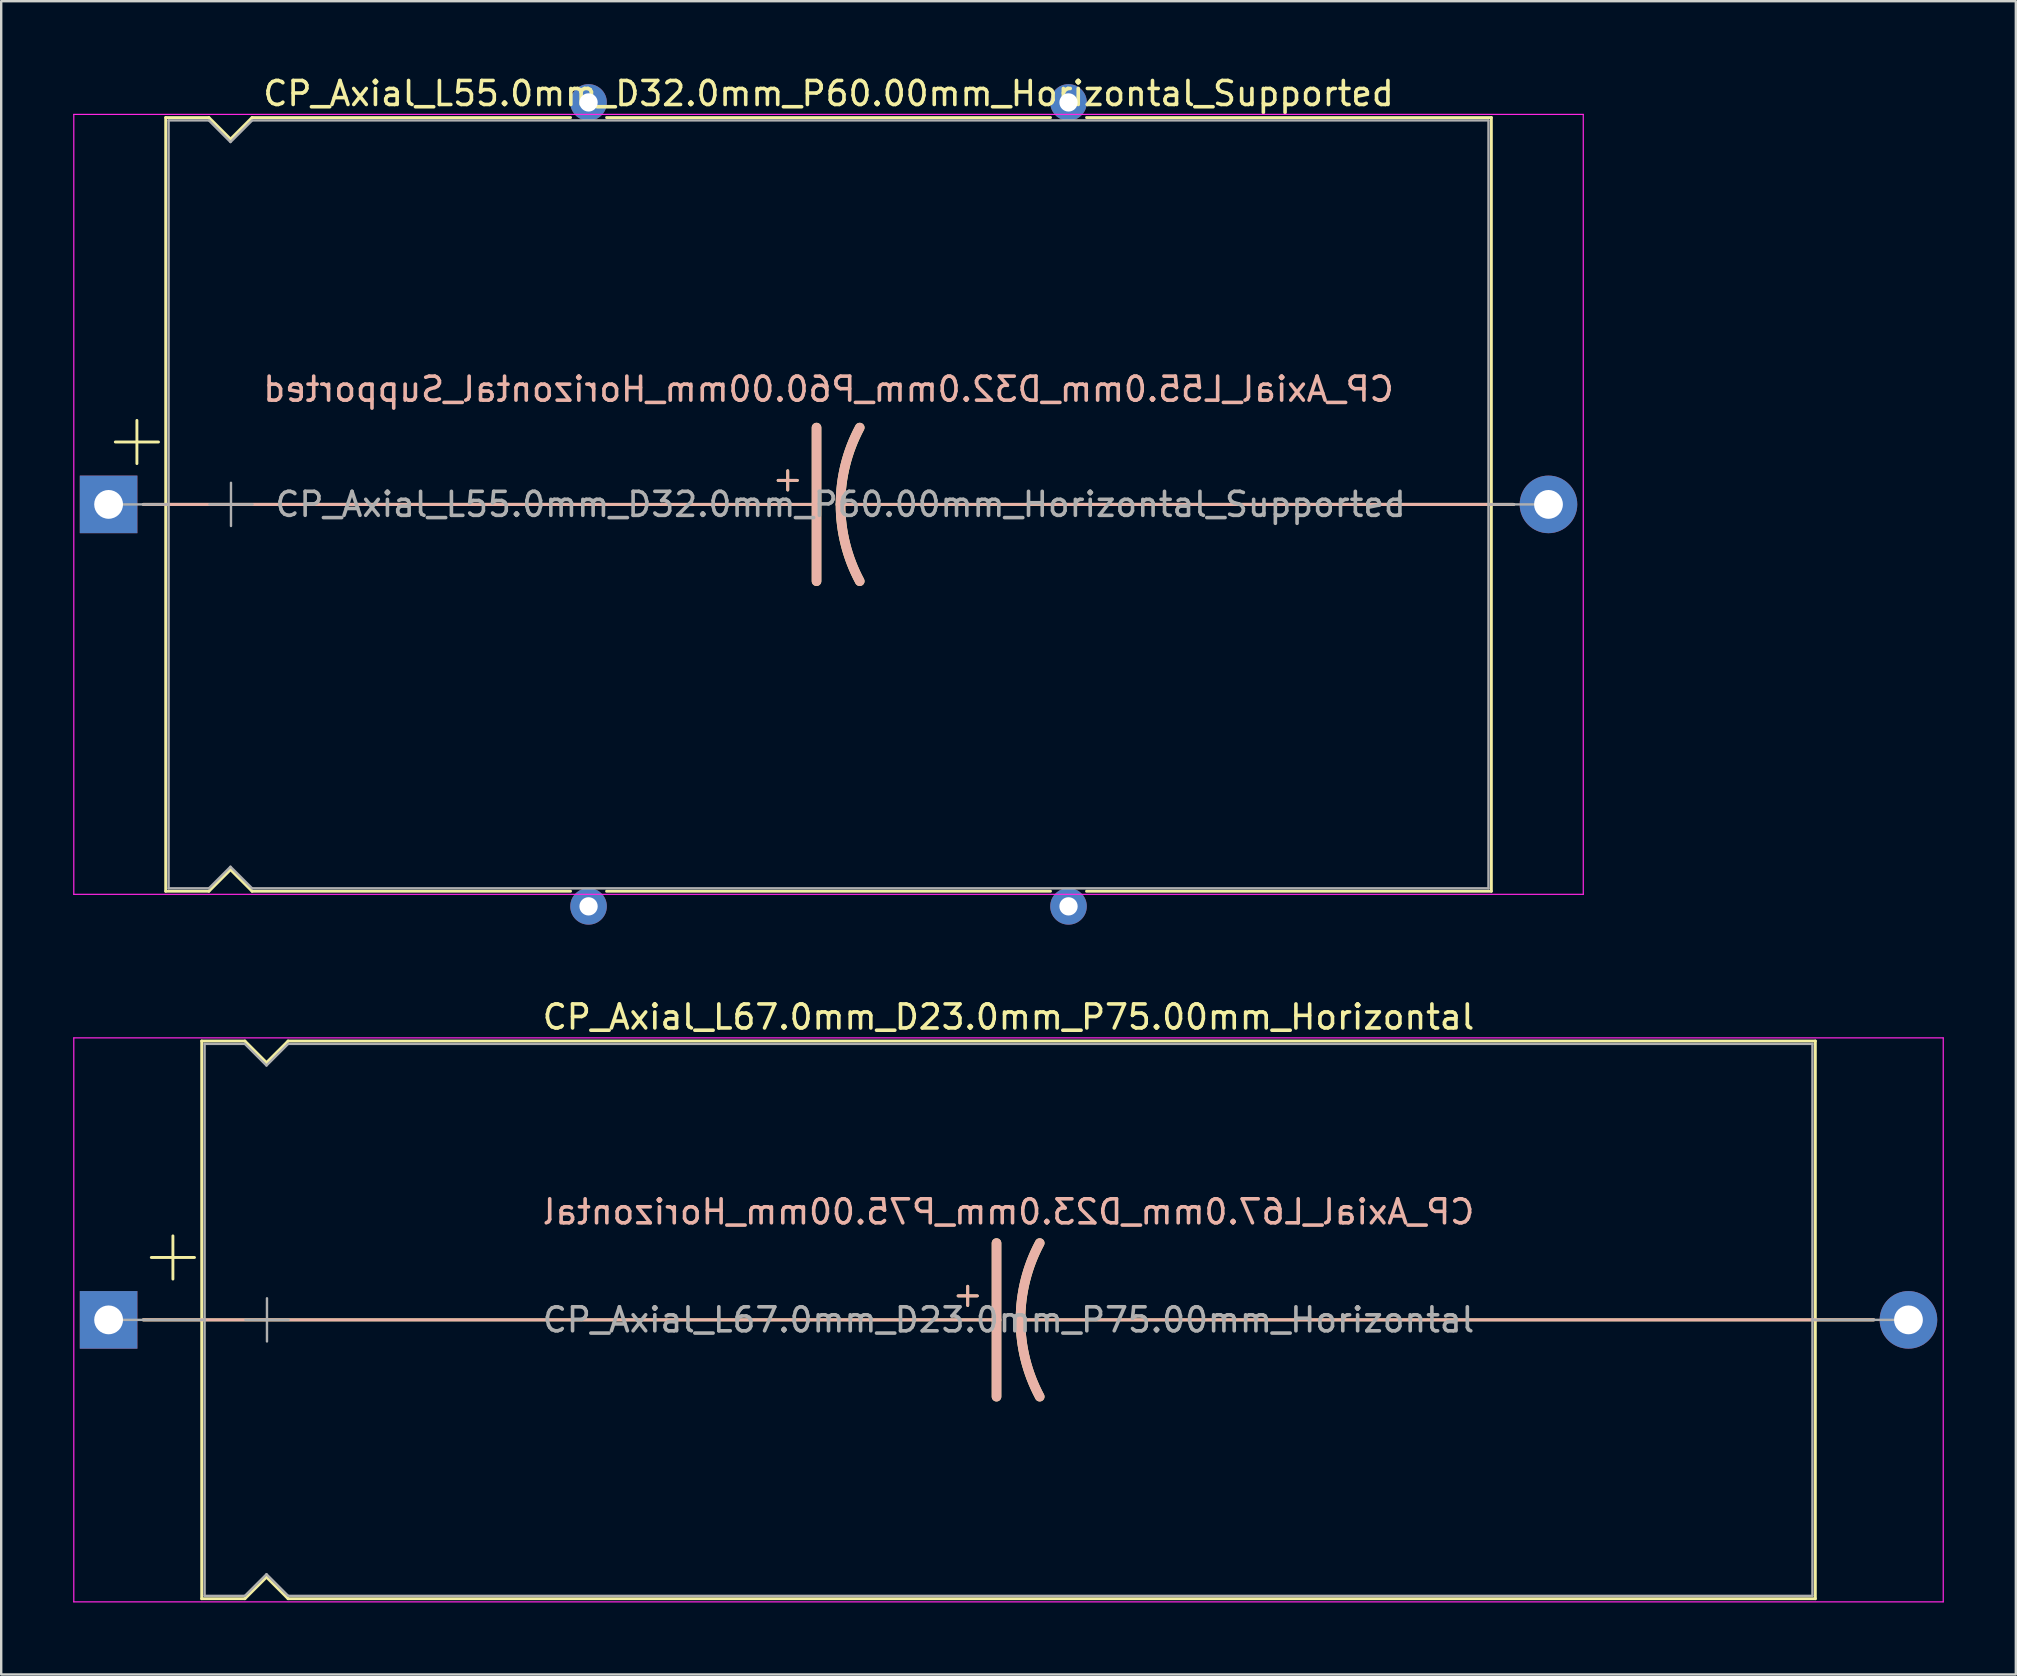
<source format=kicad_pcb>
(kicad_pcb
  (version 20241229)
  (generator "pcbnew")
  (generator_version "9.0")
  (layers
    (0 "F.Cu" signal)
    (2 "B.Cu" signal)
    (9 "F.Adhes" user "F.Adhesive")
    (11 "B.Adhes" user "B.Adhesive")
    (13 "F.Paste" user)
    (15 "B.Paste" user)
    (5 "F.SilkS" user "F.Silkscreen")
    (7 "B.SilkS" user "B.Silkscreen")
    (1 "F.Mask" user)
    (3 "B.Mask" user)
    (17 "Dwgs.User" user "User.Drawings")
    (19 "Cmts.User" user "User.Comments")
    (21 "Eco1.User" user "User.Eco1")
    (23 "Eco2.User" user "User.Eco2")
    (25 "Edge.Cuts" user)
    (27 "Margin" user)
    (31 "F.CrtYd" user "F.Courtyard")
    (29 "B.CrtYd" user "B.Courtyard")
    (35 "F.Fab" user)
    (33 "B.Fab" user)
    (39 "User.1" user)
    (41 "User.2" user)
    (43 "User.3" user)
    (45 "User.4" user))
  (footprint "CP_Axial_L67.0mm_D23.0mm_P75.00mm_Horizontal"
    (layer "F.Cu")
    (at 1.475 51.949)
    (property "Reference" "CP_Axial_L67.0mm_D23.0mm_P75.00mm_Horizontal" (at 37.5 -12.62 0) (layer "F.SilkS") (effects (font (size 1 1) (thickness 0.15))))
    (fp_line (start 1.44 0) (end 3.88 0) (stroke (width 0.12) (type solid)) (layer "F.SilkS"))
    (fp_line (start 1.78 -2.6) (end 3.58 -2.6) (stroke (width 0.12) (type solid)) (layer "F.SilkS"))
    (fp_line (start 2.68 -3.5) (end 2.68 -1.7) (stroke (width 0.12) (type solid)) (layer "F.SilkS"))
    (fp_line (start 3.88 -11.62) (end 3.88 11.62) (stroke (width 0.12) (type solid)) (layer "F.SilkS"))
    (fp_line (start 3.88 -11.62) (end 5.68 -11.62) (stroke (width 0.12) (type solid)) (layer "F.SilkS"))
    (fp_line (start 3.88 0) (end 37 0) (stroke (width 0.12) (type solid)) (layer "F.SilkS"))
    (fp_line (start 3.88 11.62) (end 5.68 11.62) (stroke (width 0.12) (type solid)) (layer "F.SilkS"))
    (fp_line (start 5.68 -11.62) (end 6.58 -10.72) (stroke (width 0.12) (type solid)) (layer "F.SilkS"))
    (fp_line (start 5.68 11.62) (end 6.58 10.72) (stroke (width 0.12) (type solid)) (layer "F.SilkS"))
    (fp_line (start 6.58 -10.72) (end 7.48 -11.62) (stroke (width 0.12) (type solid)) (layer "F.SilkS"))
    (fp_line (start 6.58 10.72) (end 7.48 11.62) (stroke (width 0.12) (type solid)) (layer "F.SilkS"))
    (fp_line (start 7.48 -11.62) (end 71.12 -11.62) (stroke (width 0.12) (type solid)) (layer "F.SilkS"))
    (fp_line (start 7.48 11.62) (end 71.12 11.62) (stroke (width 0.12) (type solid)) (layer "F.SilkS"))
    (fp_line (start 35.4 -1) (end 36.2 -1) (stroke (width 0.12) (type solid)) (layer "F.SilkS"))
    (fp_line (start 35.8 -1.4) (end 35.8 -0.6) (stroke (width 0.12) (type solid)) (layer "F.SilkS"))
    (fp_line (start 37 0) (end 37 -3.2) (stroke (width 0.4) (type solid)) (layer "F.SilkS"))
    (fp_line (start 37 0) (end 37 3.2) (stroke (width 0.4) (type solid)) (layer "F.SilkS"))
    (fp_line (start 71.12 -11.62) (end 71.12 11.62) (stroke (width 0.12) (type solid)) (layer "F.SilkS"))
    (fp_line (start 71.12 0) (end 38 0) (stroke (width 0.12) (type solid)) (layer "F.SilkS"))
    (fp_line (start 73.56 0) (end 71.12 0) (stroke (width 0.12) (type solid)) (layer "F.SilkS"))
    (fp_arc (start 38 0) (mid 38.203545 -1.649114) (end 38.8 -3.2) (stroke (width 0.4) (type solid)) (layer "F.SilkS"))
    (fp_arc (start 38.8 3.2) (mid 38.200704 1.649824) (end 38 0) (stroke (width 0.4) (type solid)) (layer "F.SilkS"))
    (fp_line (start 1.44 0) (end 3.88 0) (stroke (width 0.12) (type solid)) (layer "B.SilkS"))
    (fp_line (start 3.88 0) (end 37 0) (stroke (width 0.12) (type solid)) (layer "B.SilkS"))
    (fp_line (start 35.4 -1) (end 36.2 -1) (stroke (width 0.12) (type solid)) (layer "B.SilkS"))
    (fp_line (start 35.8 -0.6) (end 35.8 -1.4) (stroke (width 0.12) (type solid)) (layer "B.SilkS"))
    (fp_line (start 37 0) (end 37 -3.2) (stroke (width 0.4) (type solid)) (layer "B.SilkS"))
    (fp_line (start 37 0) (end 37 3.2) (stroke (width 0.4) (type solid)) (layer "B.SilkS"))
    (fp_line (start 71.12 0) (end 38 0) (stroke (width 0.12) (type solid)) (layer "B.SilkS"))
    (fp_line (start 73.56 0) (end 71.12 0) (stroke (width 0.12) (type solid)) (layer "B.SilkS"))
    (fp_arc (start 38 0) (mid 38.200703 -1.649824) (end 38.8 -3.2) (stroke (width 0.4) (type solid)) (layer "B.SilkS"))
    (fp_arc (start 38.8 3.2) (mid 38.203544 1.649114) (end 38 0) (stroke (width 0.4) (type solid)) (layer "B.SilkS"))
    (fp_line (start -1.45 -11.75) (end -1.45 11.75) (stroke (width 0.05) (type solid)) (layer "F.CrtYd"))
    (fp_line (start -1.45 11.75) (end 76.45 11.75) (stroke (width 0.05) (type solid)) (layer "F.CrtYd"))
    (fp_line (start 76.45 -11.75) (end -1.45 -11.75) (stroke (width 0.05) (type solid)) (layer "F.CrtYd"))
    (fp_line (start 76.45 11.75) (end 76.45 -11.75) (stroke (width 0.05) (type solid)) (layer "F.CrtYd"))
    (fp_line (start 0 0) (end 4 0) (stroke (width 0.1) (type solid)) (layer "F.Fab"))
    (fp_line (start 4 -11.5) (end 4 11.5) (stroke (width 0.1) (type solid)) (layer "F.Fab"))
    (fp_line (start 4 -11.5) (end 5.68 -11.5) (stroke (width 0.1) (type solid)) (layer "F.Fab"))
    (fp_line (start 4 11.5) (end 5.68 11.5) (stroke (width 0.1) (type solid)) (layer "F.Fab"))
    (fp_line (start 5.68 -11.5) (end 6.58 -10.6) (stroke (width 0.1) (type solid)) (layer "F.Fab"))
    (fp_line (start 5.68 11.5) (end 6.58 10.6) (stroke (width 0.1) (type solid)) (layer "F.Fab"))
    (fp_line (start 5.7 0) (end 7.5 0) (stroke (width 0.1) (type solid)) (layer "F.Fab"))
    (fp_line (start 6.58 -10.6) (end 7.48 -11.5) (stroke (width 0.1) (type solid)) (layer "F.Fab"))
    (fp_line (start 6.58 10.6) (end 7.48 11.5) (stroke (width 0.1) (type solid)) (layer "F.Fab"))
    (fp_line (start 6.6 -0.9) (end 6.6 0.9) (stroke (width 0.1) (type solid)) (layer "F.Fab"))
    (fp_line (start 7.48 -11.5) (end 71 -11.5) (stroke (width 0.1) (type solid)) (layer "F.Fab"))
    (fp_line (start 7.48 11.5) (end 71 11.5) (stroke (width 0.1) (type solid)) (layer "F.Fab"))
    (fp_line (start 71 -11.5) (end 71 11.5) (stroke (width 0.1) (type solid)) (layer "F.Fab"))
    (fp_line (start 75 0) (end 71 0) (stroke (width 0.1) (type solid)) (layer "F.Fab"))
    (fp_text user "${REFERENCE}" (at 37.5 -4.5 0) (layer "B.SilkS") (effects (font (size 1 1) (thickness 0.15)) (justify mirror)))
    (fp_text user "${REFERENCE}" (at 37.5 0 0) (layer "F.Fab") (effects (font (size 1 1) (thickness 0.15))))
    (pad "1" thru_hole rect (at 0 0) (size 2.4 2.4) (drill 1.2) (layers "*.Cu" "*.Mask"))
    (pad "2" thru_hole oval (at 75 0) (size 2.4 2.4) (drill 1.2) (layers "*.Cu" "*.Mask")))
  (footprint "CP_Axial_L55.0mm_D32.0mm_P60.00mm_Horizontal_Supported"
    (layer "F.Cu")
    (at 1.475 17.968)
    (property "Reference" "CP_Axial_L55.0mm_D32.0mm_P60.00mm_Horizontal_Supported" (at 30 -17.12 0) (layer "F.SilkS") (effects (font (size 1 1) (thickness 0.15))))
    (fp_line (start 0.28 -2.6) (end 2.08 -2.6) (stroke (width 0.12) (type solid)) (layer "F.SilkS"))
    (fp_line (start 1.18 -3.5) (end 1.18 -1.7) (stroke (width 0.12) (type solid)) (layer "F.SilkS"))
    (fp_line (start 1.44 0) (end 2.38 0) (stroke (width 0.12) (type solid)) (layer "F.SilkS"))
    (fp_line (start 2.38 -16.12) (end 2.38 16.12) (stroke (width 0.12) (type solid)) (layer "F.SilkS"))
    (fp_line (start 2.38 -16.12) (end 4.18 -16.12) (stroke (width 0.12) (type solid)) (layer "F.SilkS"))
    (fp_line (start 2.38 0) (end 29.5 0) (stroke (width 0.12) (type solid)) (layer "F.SilkS"))
    (fp_line (start 2.38 16.12) (end 4.18 16.12) (stroke (width 0.12) (type solid)) (layer "F.SilkS"))
    (fp_line (start 4.18 -16.12) (end 5.08 -15.22) (stroke (width 0.12) (type solid)) (layer "F.SilkS"))
    (fp_line (start 4.18 16.12) (end 5.08 15.22) (stroke (width 0.12) (type solid)) (layer "F.SilkS"))
    (fp_line (start 5.08 -15.22) (end 5.98 -16.12) (stroke (width 0.12) (type solid)) (layer "F.SilkS"))
    (fp_line (start 5.08 15.22) (end 5.98 16.12) (stroke (width 0.12) (type solid)) (layer "F.SilkS"))
    (fp_line (start 5.98 -16.12) (end 19.25 -16.12) (stroke (width 0.12) (type solid)) (layer "F.SilkS"))
    (fp_line (start 5.98 16.12) (end 19.25 16.12) (stroke (width 0.12) (type solid)) (layer "F.SilkS"))
    (fp_line (start 20.75 -16.12) (end 39.25 -16.12) (stroke (width 0.12) (type solid)) (layer "F.SilkS"))
    (fp_line (start 20.75 16.12) (end 39.25 16.12) (stroke (width 0.12) (type solid)) (layer "F.SilkS"))
    (fp_line (start 27.9 -1) (end 28.7 -1) (stroke (width 0.12) (type solid)) (layer "F.SilkS"))
    (fp_line (start 28.3 -1.4) (end 28.3 -0.6) (stroke (width 0.12) (type solid)) (layer "F.SilkS"))
    (fp_line (start 29.5 0) (end 29.5 -3.2) (stroke (width 0.4) (type solid)) (layer "F.SilkS"))
    (fp_line (start 29.5 0) (end 29.5 3.2) (stroke (width 0.4) (type solid)) (layer "F.SilkS"))
    (fp_line (start 40.75 -16.12) (end 57.62 -16.12) (stroke (width 0.12) (type solid)) (layer "F.SilkS"))
    (fp_line (start 40.75 16.12) (end 57.62 16.12) (stroke (width 0.12) (type solid)) (layer "F.SilkS"))
    (fp_line (start 57.62 -16.12) (end 57.62 16.12) (stroke (width 0.12) (type solid)) (layer "F.SilkS"))
    (fp_line (start 57.62 0) (end 30.5 0) (stroke (width 0.12) (type solid)) (layer "F.SilkS"))
    (fp_line (start 58.56 0) (end 57.62 0) (stroke (width 0.12) (type solid)) (layer "F.SilkS"))
    (fp_arc (start 30.5 0) (mid 30.703545 -1.649114) (end 31.3 -3.2) (stroke (width 0.4) (type solid)) (layer "F.SilkS"))
    (fp_arc (start 31.3 3.2) (mid 30.700704 1.649824) (end 30.5 0) (stroke (width 0.4) (type solid)) (layer "F.SilkS"))
    (fp_line (start 1.45 0) (end 20.88 0) (stroke (width 0.12) (type solid)) (layer "B.SilkS"))
    (fp_line (start 2.38 0) (end 29.5 0) (stroke (width 0.12) (type solid)) (layer "B.SilkS"))
    (fp_line (start 27.9 -1) (end 28.7 -1) (stroke (width 0.12) (type solid)) (layer "B.SilkS"))
    (fp_line (start 28.3 -0.6) (end 28.3 -1.4) (stroke (width 0.12) (type solid)) (layer "B.SilkS"))
    (fp_line (start 29.5 0) (end 29.5 -3.2) (stroke (width 0.4) (type solid)) (layer "B.SilkS"))
    (fp_line (start 29.5 0) (end 29.5 3.2) (stroke (width 0.4) (type solid)) (layer "B.SilkS"))
    (fp_line (start 57.62 0) (end 30.5 0) (stroke (width 0.12) (type solid)) (layer "B.SilkS"))
    (fp_line (start 58.55 0) (end 39.12 0) (stroke (width 0.12) (type solid)) (layer "B.SilkS"))
    (fp_arc (start 30.5 0) (mid 30.700703 -1.649824) (end 31.3 -3.2) (stroke (width 0.4) (type solid)) (layer "B.SilkS"))
    (fp_arc (start 31.3 3.2) (mid 30.703544 1.649114) (end 30.5 0) (stroke (width 0.4) (type solid)) (layer "B.SilkS"))
    (fp_line (start -1.45 -16.25) (end -1.45 16.25) (stroke (width 0.05) (type solid)) (layer "F.CrtYd"))
    (fp_line (start -1.45 16.25) (end 61.45 16.25) (stroke (width 0.05) (type solid)) (layer "F.CrtYd"))
    (fp_line (start 61.45 -16.25) (end -1.45 -16.25) (stroke (width 0.05) (type solid)) (layer "F.CrtYd"))
    (fp_line (start 61.45 16.25) (end 61.45 -16.25) (stroke (width 0.05) (type solid)) (layer "F.CrtYd"))
    (fp_line (start 0 0) (end 2.5 0) (stroke (width 0.1) (type solid)) (layer "F.Fab"))
    (fp_line (start 2.5 -16) (end 2.5 16) (stroke (width 0.1) (type solid)) (layer "F.Fab"))
    (fp_line (start 2.5 -16) (end 4.18 -16) (stroke (width 0.1) (type solid)) (layer "F.Fab"))
    (fp_line (start 2.5 16) (end 4.18 16) (stroke (width 0.1) (type solid)) (layer "F.Fab"))
    (fp_line (start 4.18 -16) (end 5.08 -15.1) (stroke (width 0.1) (type solid)) (layer "F.Fab"))
    (fp_line (start 4.18 16) (end 5.08 15.1) (stroke (width 0.1) (type solid)) (layer "F.Fab"))
    (fp_line (start 4.2 0) (end 6 0) (stroke (width 0.1) (type solid)) (layer "F.Fab"))
    (fp_line (start 5.08 -15.1) (end 5.98 -16) (stroke (width 0.1) (type solid)) (layer "F.Fab"))
    (fp_line (start 5.08 15.1) (end 5.98 16) (stroke (width 0.1) (type solid)) (layer "F.Fab"))
    (fp_line (start 5.1 -0.9) (end 5.1 0.9) (stroke (width 0.1) (type solid)) (layer "F.Fab"))
    (fp_line (start 5.98 -16) (end 57.5 -16) (stroke (width 0.1) (type solid)) (layer "F.Fab"))
    (fp_line (start 5.98 16) (end 57.5 16) (stroke (width 0.1) (type solid)) (layer "F.Fab"))
    (fp_line (start 57.5 -16) (end 57.5 16) (stroke (width 0.1) (type solid)) (layer "F.Fab"))
    (fp_line (start 60 0) (end 57.5 0) (stroke (width 0.1) (type solid)) (layer "F.Fab"))
    (fp_text user "${REFERENCE}" (at 30 -4.8 0) (layer "B.SilkS") (effects (font (size 1 1) (thickness 0.15)) (justify mirror)))
    (fp_text user "${REFERENCE}" (at 30.5 0 0) (layer "F.Fab") (effects (font (size 1 1) (thickness 0.15))))
    (pad "" thru_hole circle (at 20 -16.75) (size 1.524 1.524) (drill 0.762) (layers "*.Cu" "*.Mask"))
    (pad "" thru_hole circle (at 20 16.75) (size 1.524 1.524) (drill 0.762) (layers "*.Cu" "*.Mask"))
    (pad "" thru_hole circle (at 40 -16.75) (size 1.524 1.524) (drill 0.762) (layers "*.Cu" "*.Mask"))
    (pad "" thru_hole circle (at 40 16.75) (size 1.524 1.524) (drill 0.762) (layers "*.Cu" "*.Mask"))
    (pad "1" thru_hole rect (at 0 0) (size 2.4 2.4) (drill 1.2) (layers "*.Cu" "*.Mask"))
    (pad "2" thru_hole oval (at 60 0) (size 2.4 2.4) (drill 1.2) (layers "*.Cu" "*.Mask")))
  (gr_rect
    (start -3 -3)
    (end 80.95 66.724)
    (stroke (width 0.1) (type default))
    (fill no)
    (layer "Edge.Cuts")))
</source>
